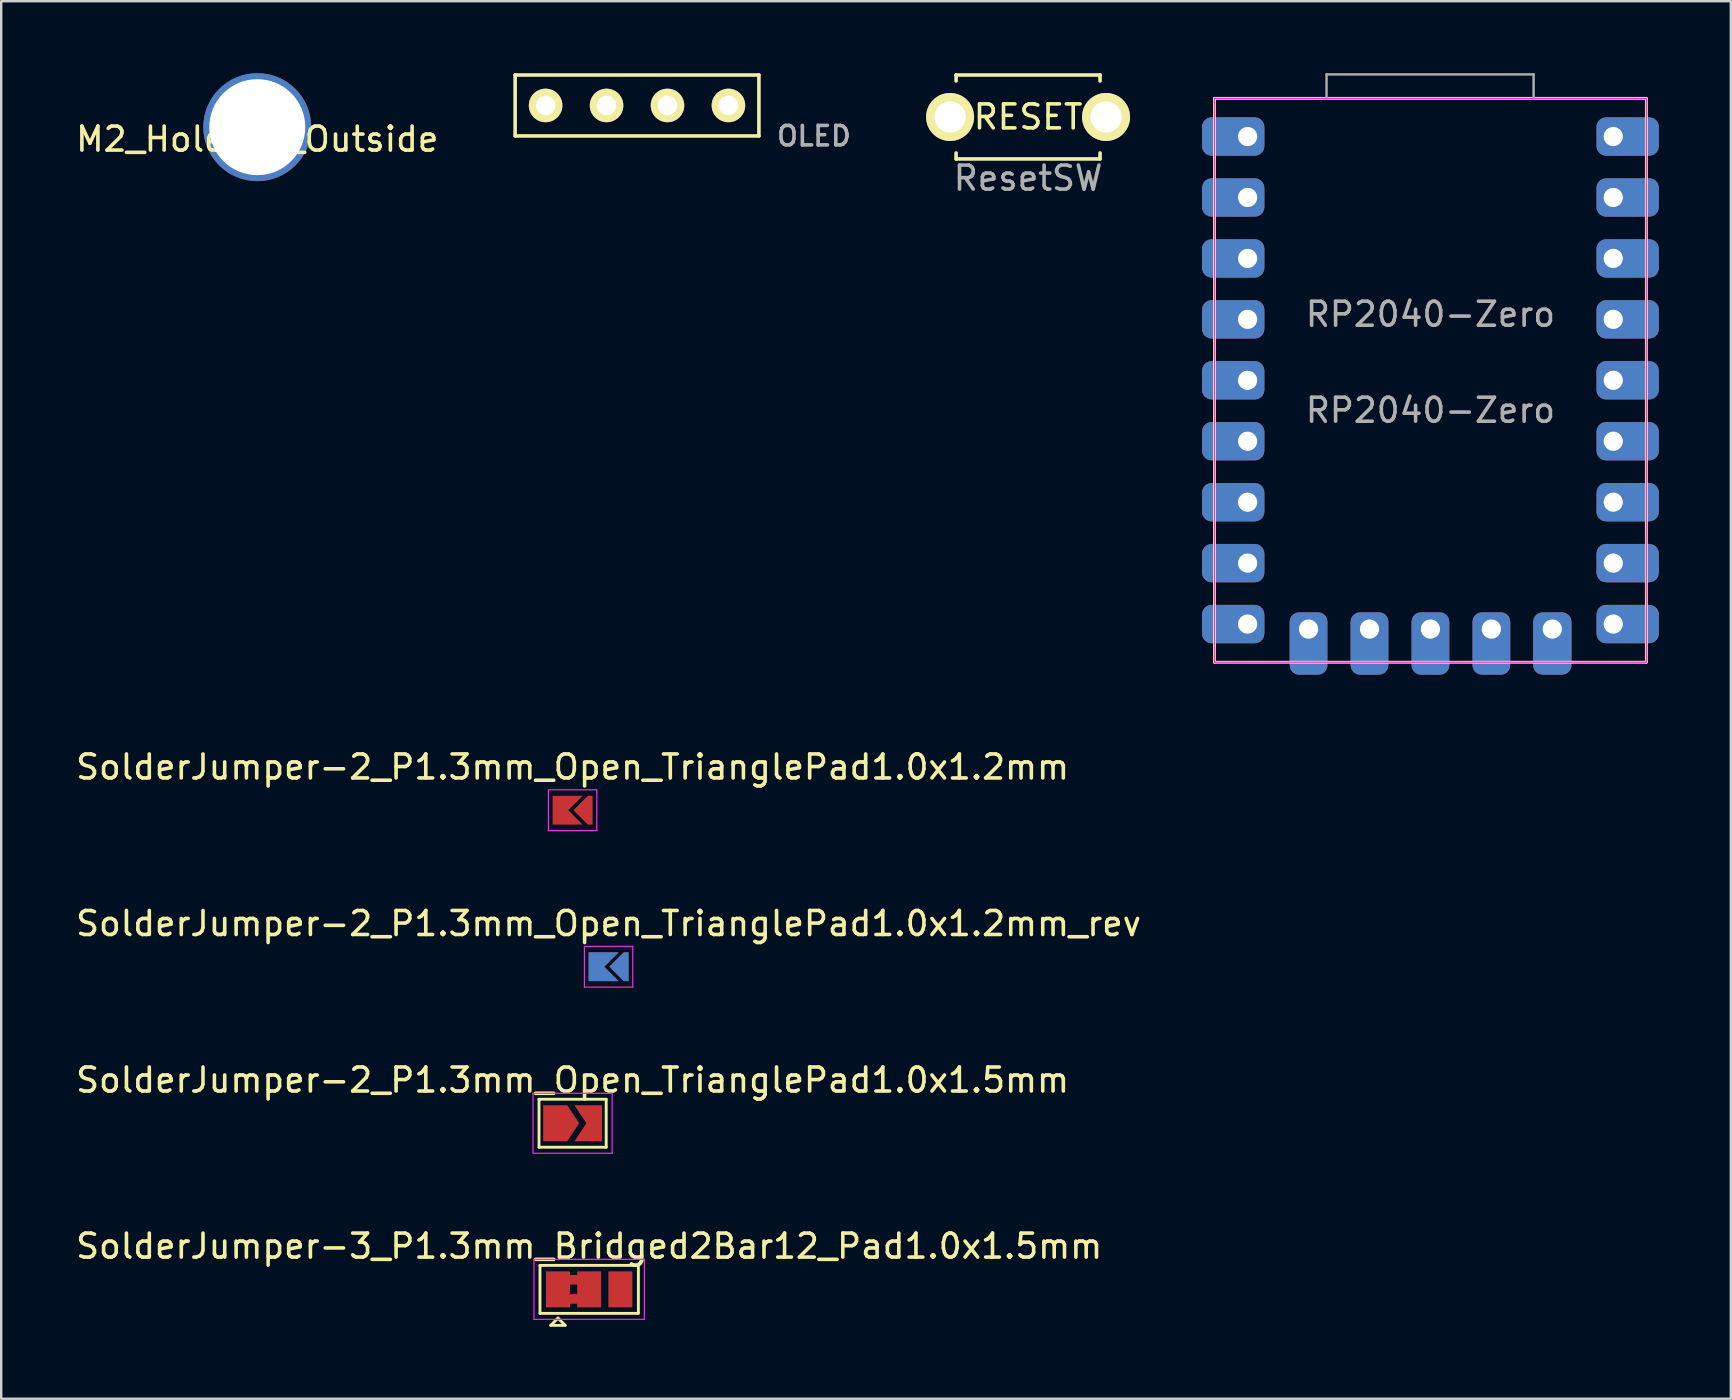
<source format=kicad_pcb>
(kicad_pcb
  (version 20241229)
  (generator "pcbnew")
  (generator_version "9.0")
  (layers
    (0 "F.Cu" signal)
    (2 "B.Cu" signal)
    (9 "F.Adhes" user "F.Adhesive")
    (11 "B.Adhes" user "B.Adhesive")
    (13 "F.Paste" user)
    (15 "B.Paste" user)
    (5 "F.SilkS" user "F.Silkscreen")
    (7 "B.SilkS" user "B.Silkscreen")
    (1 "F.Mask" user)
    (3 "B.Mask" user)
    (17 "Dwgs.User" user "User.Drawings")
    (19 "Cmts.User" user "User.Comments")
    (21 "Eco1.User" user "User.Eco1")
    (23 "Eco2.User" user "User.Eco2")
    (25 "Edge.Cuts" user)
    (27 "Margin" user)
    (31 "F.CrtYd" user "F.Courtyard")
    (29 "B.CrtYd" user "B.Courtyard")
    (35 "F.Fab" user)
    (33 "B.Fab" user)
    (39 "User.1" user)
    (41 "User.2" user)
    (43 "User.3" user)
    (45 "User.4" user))
  (footprint "SolderJumper-2_P1.3mm_Open_TrianglePad1.0x1.2mm_rev"
    (layer "F.Cu")
    (at 22.315 37.242)
    (property "Reference" "SolderJumper-2_P1.3mm_Open_TrianglePad1.0x1.2mm_rev" (at 0 -1.8 0) (layer "F.SilkS") (effects (font (size 1 1) (thickness 0.15))))
    (attr exclude_from_pos_files exclude_from_bom)
    (fp_poly (pts (xy 0.709 -0.505) (xy 0.709 0.511) (xy -0.307 0.511) (xy -0.307 -0.505)) (stroke (width 0.1) (type solid)) (fill yes) (layer "F.Mask"))
    (fp_poly (pts (xy 0.709 -0.505) (xy 0.709 0.511) (xy -0.307 0.511) (xy -0.307 -0.505)) (stroke (width 0.1) (type solid)) (fill yes) (layer "B.Mask"))
    (fp_line (start -1.008 -0.85) (end -1.008 0.85) (stroke (width 0.05) (type solid)) (layer "F.CrtYd"))
    (fp_line (start -1.008 -0.85) (end 1.008 -0.85) (stroke (width 0.05) (type solid)) (layer "F.CrtYd"))
    (fp_line (start 1.008 0.85) (end -1.008 0.85) (stroke (width 0.05) (type solid)) (layer "F.CrtYd"))
    (fp_line (start 1.008 0.85) (end 1.008 -0.85) (stroke (width 0.05) (type solid)) (layer "F.CrtYd"))
    (pad "1" smd custom (at 0.433 0.0002 270) (size 0.1 0.1) (layers "F.Cu" "F.Mask") (options (anchor rect)) (primitives (gr_poly (pts (xy 0.6 -0.4) (xy -0.6 -0.4) (xy -0.6 -0.2) (xy 0 0.4) (xy 0.6 -0.2)) (width 0) (fill yes))))
    (pad "1" smd custom (at 0.433 0.0002 270) (size 0.1 0.1) (layers "B.Cu" "B.Mask") (options (anchor rect)) (primitives (gr_poly (pts (xy 0.6 -0.4) (xy -0.6 -0.4) (xy -0.6 -0.2) (xy 0 0.4) (xy 0.6 -0.2)) (width 0) (fill yes))))
    (pad "2" smd custom (at -0.583 0.0002 270) (size 1.2 0.5) (layers "F.Cu" "F.Mask") (options (anchor rect)) (primitives (gr_poly (pts (xy 0.6 0) (xy -0.6 0) (xy -0.6 -1) (xy 0 -0.4) (xy 0.6 -1)) (width 0) (fill yes))))
    (pad "2" smd custom (at -0.583 0.0002 270) (size 1.2 0.5) (layers "B.Cu" "B.Mask") (options (anchor rect)) (primitives (gr_poly (pts (xy 0.6 0) (xy -0.6 0) (xy -0.6 -1) (xy 0 -0.4) (xy 0.6 -1)) (width 0) (fill yes)))))
  (footprint "OLED"
    (layer "F.Cu")
    (at 23.5 1.345)
    (property "Reference" "OLED" (at 7.375 1.275 180) (layer "F.Fab") (effects (font (size 0.813 0.813) (thickness 0.15))))
    (attr through_hole)
    (fp_line (start -5.08 -1.27) (end 5.08 -1.27) (stroke (width 0.15) (type solid)) (layer "F.SilkS"))
    (fp_line (start -5.08 1.27) (end -5.08 -1.27) (stroke (width 0.15) (type solid)) (layer "F.SilkS"))
    (fp_line (start -5.08 1.27) (end 5.08 1.27) (stroke (width 0.15) (type solid)) (layer "F.SilkS"))
    (fp_line (start 5.08 -1.27) (end 5.08 1.27) (stroke (width 0.15) (type solid)) (layer "F.SilkS"))
    (pad "1" thru_hole circle (at -3.81 0) (size 1.397 1.397) (drill 0.813) (layers "*.Cu" "*.Mask" "F.SilkS"))
    (pad "2" thru_hole circle (at -1.27 0) (size 1.397 1.397) (drill 0.813) (layers "*.Cu" "*.Mask" "F.SilkS"))
    (pad "3" thru_hole circle (at 1.27 0) (size 1.397 1.397) (drill 0.813) (layers "*.Cu" "*.Mask" "F.SilkS"))
    (pad "4" thru_hole circle (at 3.81 0) (size 1.397 1.397) (drill 0.813) (layers "*.Cu" "*.Mask" "F.SilkS")))
  (footprint "RP2040-Zero"
    (layer "F.Cu")
    (at 56.568 12.8)
    (property "Reference" "RP2040-Zero" (at 0 -2.75 0) (unlocked yes) (layer "F.Fab") (effects (font (size 1 1) (thickness 0.15))))
    (attr through_hole)
    (fp_line (start -9 -11.75) (end -9 11.75) (stroke (width 0.12) (type solid)) (layer "F.SilkS"))
    (fp_line (start -9 11.75) (end 9 11.75) (stroke (width 0.12) (type solid)) (layer "F.SilkS"))
    (fp_line (start 9 -11.75) (end -9 -11.75) (stroke (width 0.12) (type solid)) (layer "F.SilkS"))
    (fp_line (start 9 11.75) (end 9 -11.75) (stroke (width 0.12) (type solid)) (layer "F.SilkS"))
    (fp_line (start -9 -11.75) (end 9 -11.75) (stroke (width 0.05) (type solid)) (layer "F.CrtYd"))
    (fp_line (start -9 11.75) (end -9 -11.75) (stroke (width 0.05) (type solid)) (layer "F.CrtYd"))
    (fp_line (start 9 -11.75) (end 9 11.75) (stroke (width 0.05) (type solid)) (layer "F.CrtYd"))
    (fp_line (start 9 11.75) (end -9 11.75) (stroke (width 0.05) (type solid)) (layer "F.CrtYd"))
    (fp_line (start -4.33 -12.75) (end -4.33 -11.75) (stroke (width 0.1) (type solid)) (layer "F.Fab"))
    (fp_line (start -4.33 -12.75) (end 4.3 -12.75) (stroke (width 0.1) (type solid)) (layer "F.Fab"))
    (fp_line (start 4.3 -12.75) (end 4.3 -11.75) (stroke (width 0.1) (type solid)) (layer "F.Fab"))
    (fp_text user "${REFERENCE}" (at 0 1.25 0) (unlocked yes) (layer "F.Fab") (effects (font (size 1 1) (thickness 0.15))))
    (pad "1" thru_hole roundrect (at 7.62 -10.16) (size 2.6 1.6) (drill 0.8 (offset 0.6 0)) (layers "*.Cu" "*.Mask") (roundrect_rratio 0.25))
    (pad "2" thru_hole roundrect (at 7.62 -7.62) (size 2.6 1.6) (drill 0.8 (offset 0.6 0)) (layers "*.Cu" "*.Mask") (roundrect_rratio 0.25))
    (pad "3" thru_hole roundrect (at 7.62 -5.08) (size 2.6 1.6) (drill 0.8 (offset 0.6 0)) (layers "*.Cu" "*.Mask") (roundrect_rratio 0.25))
    (pad "4" thru_hole roundrect (at 7.62 -2.54) (size 2.6 1.6) (drill 0.8 (offset 0.6 0)) (layers "*.Cu" "*.Mask") (roundrect_rratio 0.25))
    (pad "5" thru_hole roundrect (at 7.62 0) (size 2.6 1.6) (drill 0.8 (offset 0.6 0)) (layers "*.Cu" "*.Mask") (roundrect_rratio 0.25))
    (pad "6" thru_hole roundrect (at 7.62 2.54) (size 2.6 1.6) (drill 0.8 (offset 0.6 0)) (layers "*.Cu" "*.Mask") (roundrect_rratio 0.25))
    (pad "7" thru_hole roundrect (at 7.62 5.08) (size 2.6 1.6) (drill 0.8 (offset 0.6 0)) (layers "*.Cu" "*.Mask") (roundrect_rratio 0.25))
    (pad "8" thru_hole roundrect (at 7.62 7.62) (size 2.6 1.6) (drill 0.8 (offset 0.6 0)) (layers "*.Cu" "*.Mask") (roundrect_rratio 0.25))
    (pad "9" thru_hole roundrect (at 7.62 10.16) (size 2.6 1.6) (drill 0.8 (offset 0.6 0)) (layers "*.Cu" "*.Mask") (roundrect_rratio 0.25))
    (pad "10" thru_hole roundrect (at 5.08 10.37) (size 1.6 2.6) (drill 0.8 (offset 0 0.6)) (layers "*.Cu" "*.Mask") (roundrect_rratio 0.25))
    (pad "11" thru_hole roundrect (at 2.54 10.37) (size 1.575 2.6) (drill 0.8 (offset 0 0.6)) (layers "*.Cu" "*.Mask") (roundrect_rratio 0.25))
    (pad "12" thru_hole roundrect (at 0 10.37) (size 1.575 2.6) (drill 0.8 (offset 0 0.6)) (layers "*.Cu" "*.Mask") (roundrect_rratio 0.25))
    (pad "13" thru_hole roundrect (at -2.54 10.37) (size 1.575 2.6) (drill 0.8 (offset 0 0.6)) (layers "*.Cu" "*.Mask") (roundrect_rratio 0.25))
    (pad "14" thru_hole roundrect (at -5.08 10.37) (size 1.575 2.6) (drill 0.8 (offset 0 0.6)) (layers "*.Cu" "*.Mask") (roundrect_rratio 0.25))
    (pad "15" thru_hole roundrect (at -7.62 10.16) (size 2.6 1.6) (drill 0.8 (offset -0.6 0)) (layers "*.Cu" "*.Mask") (roundrect_rratio 0.25))
    (pad "16" thru_hole roundrect (at -7.62 7.62) (size 2.6 1.6) (drill 0.8 (offset -0.6 0)) (layers "*.Cu" "*.Mask") (roundrect_rratio 0.25))
    (pad "17" thru_hole roundrect (at -7.62 5.08) (size 2.6 1.6) (drill 0.8 (offset -0.6 0)) (layers "*.Cu" "*.Mask") (roundrect_rratio 0.25))
    (pad "18" thru_hole roundrect (at -7.62 2.54) (size 2.6 1.6) (drill 0.8 (offset -0.6 0)) (layers "*.Cu" "*.Mask") (roundrect_rratio 0.25))
    (pad "19" thru_hole roundrect (at -7.62 -10.16) (size 2.6 1.6) (drill 0.8 (offset -0.6 0)) (layers "*.Cu" "*.Mask") (roundrect_rratio 0.25))
    (pad "20" thru_hole roundrect (at -7.62 -7.62) (size 2.6 1.6) (drill 0.8 (offset -0.6 0)) (layers "*.Cu" "*.Mask") (roundrect_rratio 0.25))
    (pad "21" thru_hole roundrect (at -7.62 -5.08) (size 2.6 1.6) (drill 0.8 (offset -0.6 0)) (layers "*.Cu" "*.Mask") (roundrect_rratio 0.25))
    (pad "22" thru_hole roundrect (at -7.62 0) (size 2.6 1.6) (drill 0.8 (offset -0.6 0)) (layers "*.Cu" "*.Mask") (roundrect_rratio 0.25))
    (pad "23" thru_hole roundrect (at -7.62 -2.54) (size 2.6 1.6) (drill 0.8 (offset -0.6 0)) (layers "*.Cu" "*.Mask") (roundrect_rratio 0.25)))
  (footprint "SolderJumper-2_P1.3mm_Open_TrianglePad1.0x1.2mm"
    (layer "F.Cu")
    (at 20.815 30.718)
    (property "Reference" "SolderJumper-2_P1.3mm_Open_TrianglePad1.0x1.2mm" (at 0 -1.8 0) (layer "F.SilkS") (effects (font (size 1 1) (thickness 0.15))))
    (attr exclude_from_pos_files exclude_from_bom)
    (fp_poly (pts (xy 0.709 -0.505) (xy 0.709 0.511) (xy -0.307 0.511) (xy -0.307 -0.505)) (stroke (width 0.1) (type solid)) (fill yes) (layer "F.Mask"))
    (fp_line (start -1.008 -0.85) (end -1.008 0.85) (stroke (width 0.05) (type solid)) (layer "F.CrtYd"))
    (fp_line (start -1.008 -0.85) (end 1.008 -0.85) (stroke (width 0.05) (type solid)) (layer "F.CrtYd"))
    (fp_line (start 1.008 0.85) (end -1.008 0.85) (stroke (width 0.05) (type solid)) (layer "F.CrtYd"))
    (fp_line (start 1.008 0.85) (end 1.008 -0.85) (stroke (width 0.05) (type solid)) (layer "F.CrtYd"))
    (pad "1" smd custom (at 0.433 0.0002 270) (size 0.1 0.1) (layers "F.Cu" "F.Mask") (options (anchor rect)) (primitives (gr_poly (pts (xy 0.6 -0.4) (xy -0.6 -0.4) (xy -0.6 -0.2) (xy 0 0.4) (xy 0.6 -0.2)) (width 0) (fill yes))))
    (pad "2" smd custom (at -0.583 0.0002 270) (size 1.2 0.5) (layers "F.Cu" "F.Mask") (options (anchor rect)) (primitives (gr_poly (pts (xy 0.6 0) (xy -0.6 0) (xy -0.6 -1) (xy 0 -0.4) (xy 0.6 -1)) (width 0) (fill yes)))))
  (footprint "ResetSW"
    (layer "F.Cu")
    (at 39.798 1.825)
    (property "Reference" "ResetSW" (at 0 2.55 0) (layer "F.Fab") (effects (font (size 1 1) (thickness 0.15))))
    (attr through_hole)
    (fp_line (start -3 -1.75) (end -3 -1.5) (stroke (width 0.15) (type solid)) (layer "F.SilkS"))
    (fp_line (start -3 -1.75) (end 3 -1.75) (stroke (width 0.15) (type solid)) (layer "F.SilkS"))
    (fp_line (start -3 1.75) (end -3 1.5) (stroke (width 0.15) (type solid)) (layer "F.SilkS"))
    (fp_line (start -3 1.75) (end 3 1.75) (stroke (width 0.15) (type solid)) (layer "F.SilkS"))
    (fp_line (start 3 -1.75) (end 3 -1.5) (stroke (width 0.15) (type solid)) (layer "F.SilkS"))
    (fp_line (start 3 1.75) (end 3 1.5) (stroke (width 0.15) (type solid)) (layer "F.SilkS"))
    (fp_text user "RESET" (at 0 0 0) (layer "F.SilkS") (effects (font (size 1 1) (thickness 0.15))))
    (pad "1" thru_hole circle (at 3.25 0) (size 2 2) (drill 1.3) (layers "*.Cu" "*.Mask" "F.SilkS"))
    (pad "2" thru_hole circle (at -3.25 0) (size 2 2) (drill 1.3) (layers "*.Cu" "*.Mask" "F.SilkS")))
  (footprint "SolderJumper-2_P1.3mm_Open_TrianglePad1.0x1.5mm"
    (layer "F.Cu")
    (at 20.815 43.765)
    (property "Reference" "SolderJumper-2_P1.3mm_Open_TrianglePad1.0x1.5mm" (at 0 -1.8 0) (layer "F.SilkS") (effects (font (size 1 1) (thickness 0.15))))
    (attr exclude_from_pos_files exclude_from_bom)
    (fp_line (start -1.4 -1) (end 1.4 -1) (stroke (width 0.12) (type solid)) (layer "F.SilkS"))
    (fp_line (start -1.4 1) (end -1.4 -1) (stroke (width 0.12) (type solid)) (layer "F.SilkS"))
    (fp_line (start 1.4 -1) (end 1.4 1) (stroke (width 0.12) (type solid)) (layer "F.SilkS"))
    (fp_line (start 1.4 1) (end -1.4 1) (stroke (width 0.12) (type solid)) (layer "F.SilkS"))
    (fp_line (start -1.65 -1.25) (end -1.65 1.25) (stroke (width 0.05) (type solid)) (layer "F.CrtYd"))
    (fp_line (start -1.65 -1.25) (end 1.65 -1.25) (stroke (width 0.05) (type solid)) (layer "F.CrtYd"))
    (fp_line (start 1.65 1.25) (end -1.65 1.25) (stroke (width 0.05) (type solid)) (layer "F.CrtYd"))
    (fp_line (start 1.65 1.25) (end 1.65 -1.25) (stroke (width 0.05) (type solid)) (layer "F.CrtYd"))
    (pad "1" smd custom (at -0.725 0) (size 0.3 0.3) (layers "F.Cu" "F.Mask") (options (anchor rect)) (primitives (gr_poly (pts (xy 1 0) (xy 0.5 0.75) (xy -0.5 0.75) (xy -0.5 -0.75) (xy 0.5 -0.75)) (width 0) (fill yes))))
    (pad "2" smd custom (at 0.725 0) (size 0.3 0.3) (layers "F.Cu" "F.Mask") (options (anchor rect)) (primitives (gr_poly (pts (xy 0.5 0.75) (xy -0.65 0.75) (xy -0.15 0) (xy -0.65 -0.75) (xy 0.5 -0.75)) (width 0) (fill yes)))))
  (footprint "SolderJumper-3_P1.3mm_Bridged2Bar12_Pad1.0x1.5mm"
    (layer "F.Cu")
    (at 21.506 50.688)
    (property "Reference" "SolderJumper-3_P1.3mm_Bridged2Bar12_Pad1.0x1.5mm" (at 0 -1.8 0) (layer "F.SilkS") (effects (font (size 1 1) (thickness 0.15))))
    (attr exclude_from_pos_files exclude_from_bom)
    (fp_poly (pts (xy -0.9 -0.6) (xy -0.4 -0.6) (xy -0.4 -0.2) (xy -0.9 -0.2)) (stroke (width 0) (type solid)) (fill yes) (layer "F.Cu"))
    (fp_poly (pts (xy -0.9 0.2) (xy -0.4 0.2) (xy -0.4 0.6) (xy -0.9 0.6)) (stroke (width 0) (type solid)) (fill yes) (layer "F.Cu"))
    (fp_line (start -2.05 -1) (end 2.05 -1) (stroke (width 0.12) (type solid)) (layer "F.SilkS"))
    (fp_line (start -2.05 1) (end -2.05 -1) (stroke (width 0.12) (type solid)) (layer "F.SilkS"))
    (fp_line (start -1.6 1.5) (end -1 1.5) (stroke (width 0.12) (type solid)) (layer "F.SilkS"))
    (fp_line (start -1.3 1.2) (end -1.6 1.5) (stroke (width 0.12) (type solid)) (layer "F.SilkS"))
    (fp_line (start -1.3 1.2) (end -1 1.5) (stroke (width 0.12) (type solid)) (layer "F.SilkS"))
    (fp_line (start 2.05 -1) (end 2.05 1) (stroke (width 0.12) (type solid)) (layer "F.SilkS"))
    (fp_line (start 2.05 1) (end -2.05 1) (stroke (width 0.12) (type solid)) (layer "F.SilkS"))
    (fp_line (start -2.3 -1.25) (end -2.3 1.25) (stroke (width 0.05) (type solid)) (layer "F.CrtYd"))
    (fp_line (start -2.3 -1.25) (end 2.3 -1.25) (stroke (width 0.05) (type solid)) (layer "F.CrtYd"))
    (fp_line (start 2.3 1.25) (end -2.3 1.25) (stroke (width 0.05) (type solid)) (layer "F.CrtYd"))
    (fp_line (start 2.3 1.25) (end 2.3 -1.25) (stroke (width 0.05) (type solid)) (layer "F.CrtYd"))
    (pad "1" smd rect (at -1.3 0) (size 1 1.5) (layers "F.Cu" "F.Mask"))
    (pad "2" smd rect (at 0 0) (size 1 1.5) (layers "F.Cu" "F.Mask"))
    (pad "3" smd rect (at 1.3 0) (size 1 1.5) (layers "F.Cu" "F.Mask")))
  (footprint "M2_Hole_TH_Outside"
    (layer "F.Cu")
    (at 7.673 2.25)
    (property "Reference" "M2_Hole_TH_Outside" (at 0 0.5 0) (layer "F.SilkS") (effects (font (size 1 1) (thickness 0.15))))
    (attr through_hole)
    (pad "" thru_hole circle (at 0 0) (size 4.5 4.5) (drill 4) (layers "*.Cu" "*.Mask")))
  (gr_rect
    (start -3 -3)
    (end 69.088 55.248)
    (stroke (width 0.1) (type default))
    (fill no)
    (layer "Edge.Cuts")))
</source>
